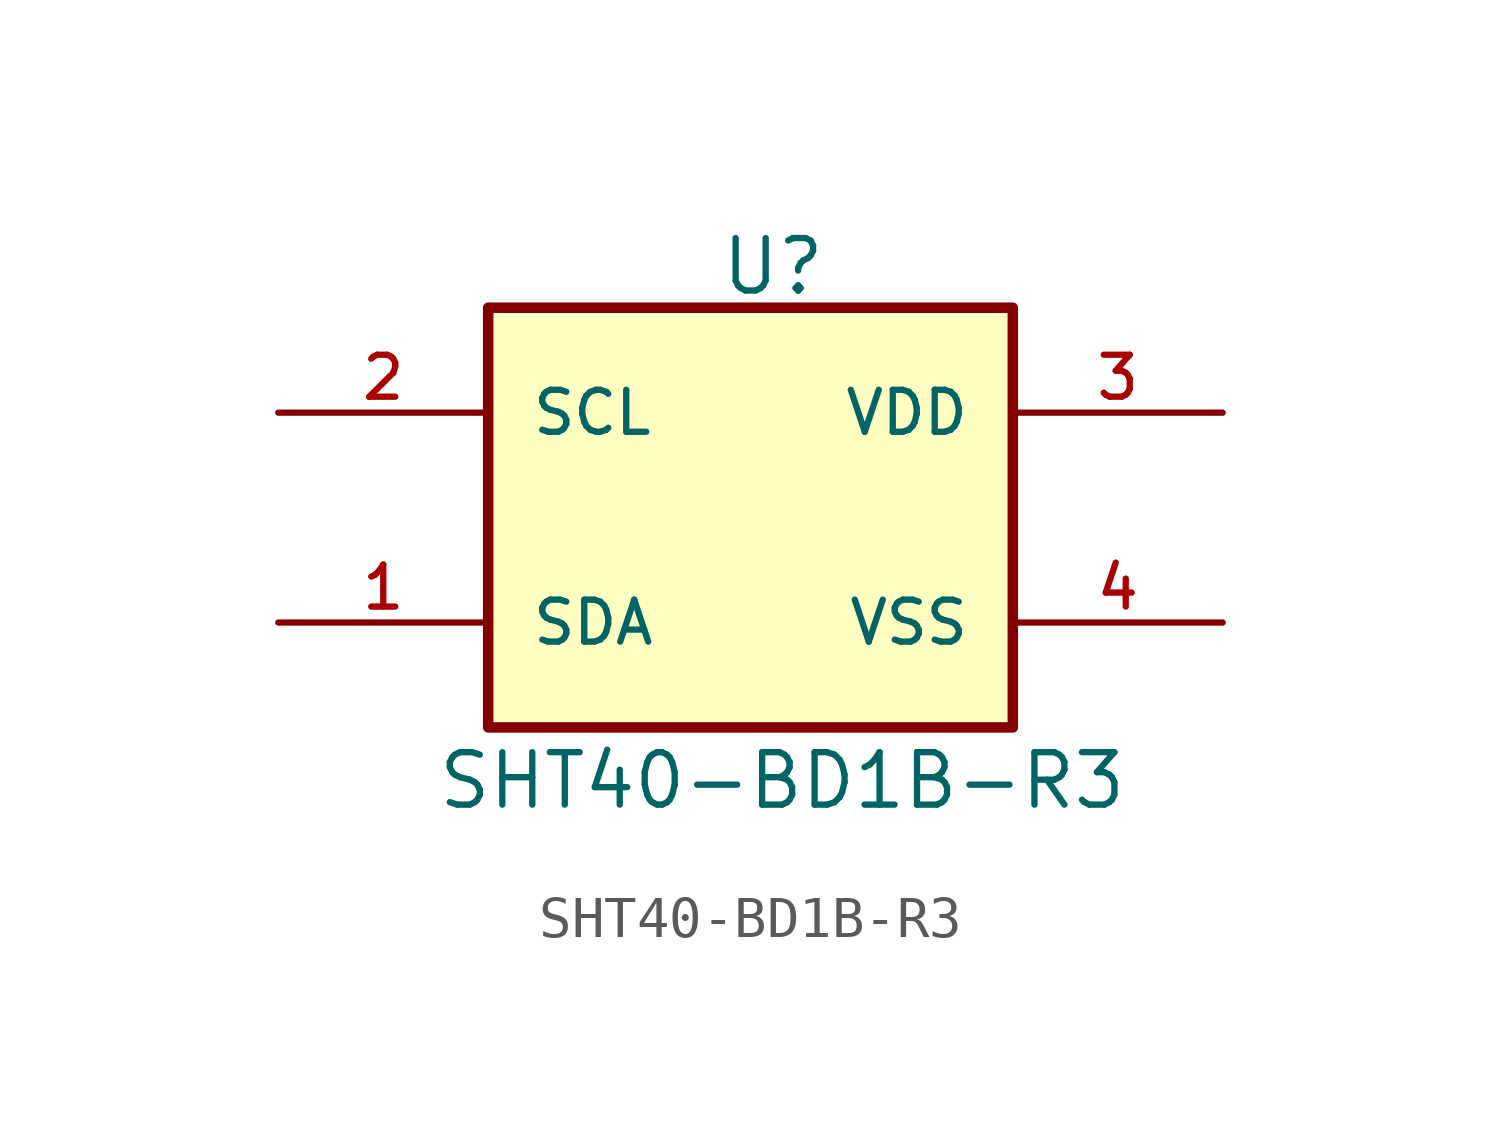
<source format=kicad_sym>
(kicad_symbol_lib
  (version 20241209)
  (generator "kicad_symbol_editor")
  (generator_version "9.0")
  (symbol "SHT40-BD1B-R3"
    (pin_names
      (offset 1.016))
    (property "Reference" "U"
      (at -0.762 5.334 0)
      (effects (font (size 1.27 1.27)) (justify left bottom)))
    (property "Value" "SHT40-BD1B-R3"
      (at -7.62 -7.112 0)
      (effects (font (size 1.27 1.27)) (justify left bottom)))
    (symbol "SHT40-BD1B-R3_0_0"
      (rectangle (start -6.35 5.08) (end 6.35 -5.08) (stroke (width 0.254) (type default)) (fill (type background)))
      (pin input line (at -11.43 2.54 0) (length 5.08) (name "SCL" (effects (font (size 1.016 1.016)))) (number "2" (effects (font (size 1.016 1.016)))))
      (pin bidirectional line (at -11.43 -2.54 0) (length 5.08) (name "SDA" (effects (font (size 1.016 1.016)))) (number "1" (effects (font (size 1.016 1.016)))))
      (pin power_in line (at 11.43 2.54 180) (length 5.08) (name "VDD" (effects (font (size 1.016 1.016)))) (number "3" (effects (font (size 1.016 1.016)))))
      (pin power_in line (at 11.43 -2.54 180) (length 5.08) (name "VSS" (effects (font (size 1.016 1.016)))) (number "4" (effects (font (size 1.016 1.016))))))))
</source>
